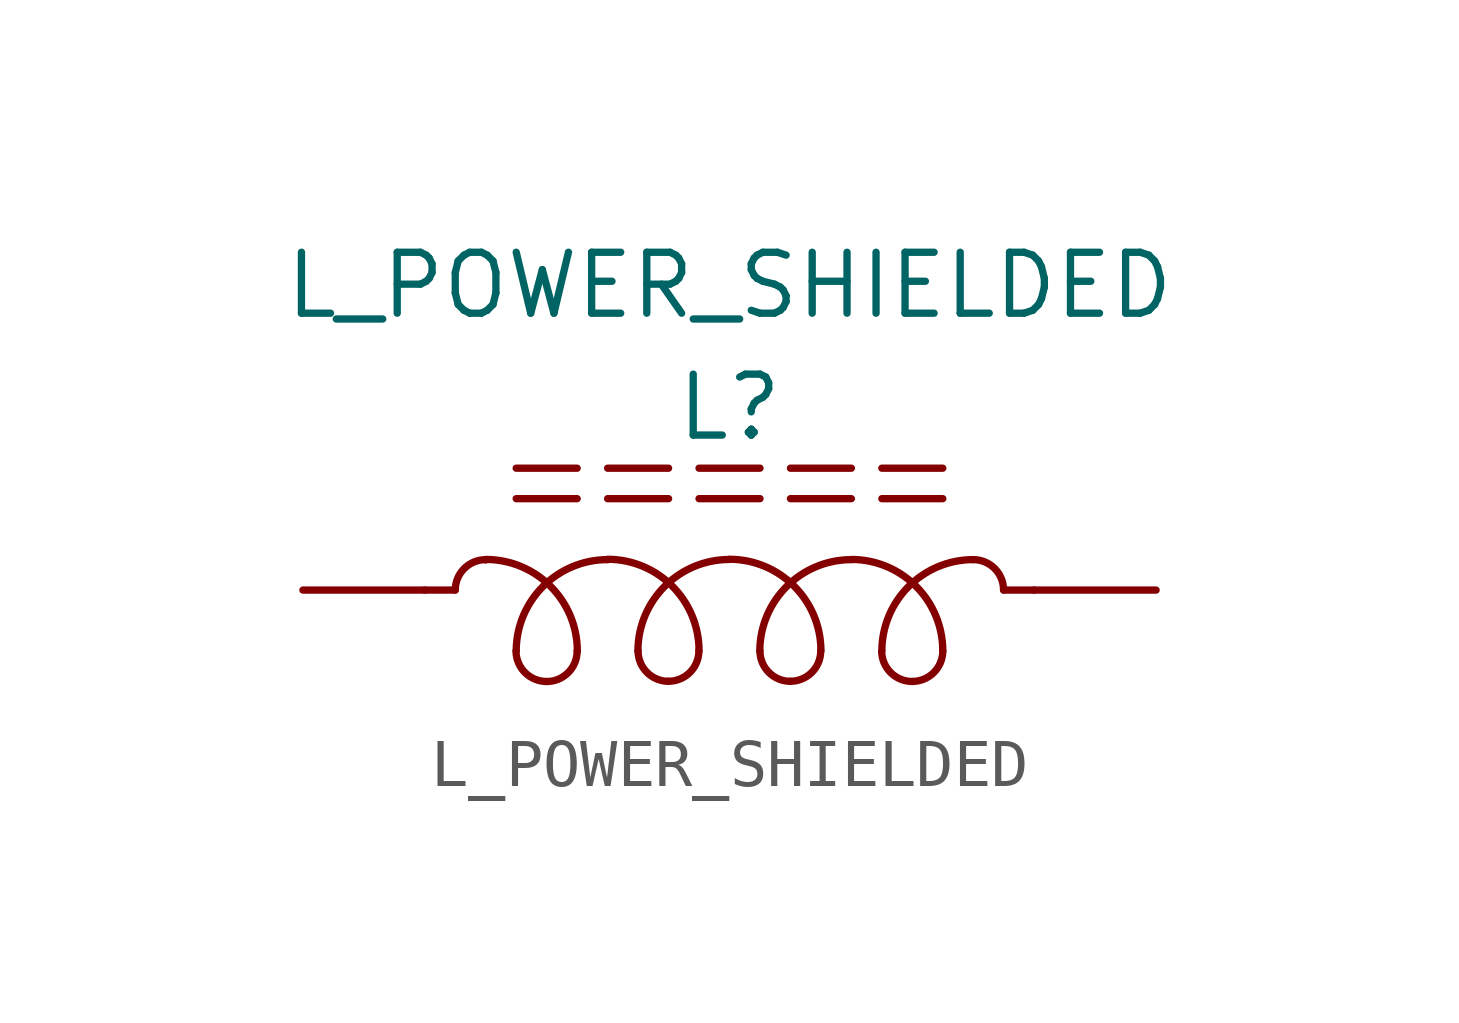
<source format=kicad_sym>
(kicad_symbol_lib
  (version 20211014)
  (generator kicad_symbol_editor)
  (symbol "L_POWER_SHIELDED"
    (property "Reference" "L"
      (at 0 3.81 0)
      (effects (font (size 1.27 1.27))))
    (property "Value" "L_POWER_SHIELDED"
      (at 0 6.35 0)
      (effects (font (size 1.27 1.27))))
    (symbol "L_POWER_SHIELDED_0_1"
      (arc (start -5.08 0.635) (mid -5.529 0.449) (end -5.715 0) (stroke (width 0) (type default) (color 0 0 0 0)) (fill (type none)))
      (arc (start -4.445 -1.27) (mid -4.259 -1.719) (end -3.81 -1.905) (stroke (width 0) (type default) (color 0 0 0 0)) (fill (type none)))
      (arc (start -3.81 -1.905) (mid -3.361 -1.719) (end -3.175 -1.27) (stroke (width 0) (type default) (color 0 0 0 0)) (fill (type none)))
      (arc (start -3.1714 -1.2664) (mid -3.7304 0.0796) (end -5.0764 0.6386) (stroke (width 0) (type default) (color 0 0 0 0)) (fill (type none)))
      (arc (start -2.54 0.635) (mid -3.886 0.076) (end -4.445 -1.27) (stroke (width 0) (type default) (color 0 0 0 0)) (fill (type none)))
      (arc (start -1.9086 -1.2664) (mid -1.7226 -1.7154) (end -1.2736 -1.9014) (stroke (width 0) (type default) (color 0 0 0 0)) (fill (type none)))
      (arc (start -1.2736 -1.9014) (mid -0.8246 -1.7154) (end -0.6386 -1.2664) (stroke (width 0) (type default) (color 0 0 0 0)) (fill (type none)))
      (arc (start -0.635 -1.2628) (mid -1.194 0.0832) (end -2.54 0.6422) (stroke (width 0) (type default) (color 0 0 0 0)) (fill (type none)))
      (arc (start -0.0036 0.6386) (mid -1.3496 0.0796) (end -1.9086 -1.2664) (stroke (width 0) (type default) (color 0 0 0 0)) (fill (type none)))
      (polyline (pts (xy -5.715 0) (xy -6.35 0)) (stroke (width 0) (type default) (color 0 0 0 0)) (fill (type none)))
      (polyline (pts (xy -5.076 0.631) (xy -5.076 0.631)) (stroke (width 0) (type default) (color 0 0 0 0)) (fill (type none)))
      (polyline (pts (xy -3.175 1.905) (xy -4.445 1.905)) (stroke (width 0) (type default) (color 0 0 0 0)) (fill (type none)))
      (polyline (pts (xy -3.175 2.54) (xy -4.445 2.54)) (stroke (width 0) (type default) (color 0 0 0 0)) (fill (type none)))
      (polyline (pts (xy -2.54 0.635) (xy -2.54 0.635)) (stroke (width 0) (type default) (color 0 0 0 0)) (fill (type none)))
      (polyline (pts (xy -1.27 1.905) (xy -2.54 1.905)) (stroke (width 0) (type default) (color 0 0 0 0)) (fill (type none)))
      (polyline (pts (xy -1.27 2.54) (xy -2.54 2.54)) (stroke (width 0) (type default) (color 0 0 0 0)) (fill (type none)))
      (polyline (pts (xy 0.635 1.905) (xy -0.635 1.905)) (stroke (width 0) (type default) (color 0 0 0 0)) (fill (type none)))
      (polyline (pts (xy 0.635 2.54) (xy -0.635 2.54)) (stroke (width 0) (type default) (color 0 0 0 0)) (fill (type none)))
      (polyline (pts (xy 1.27 1.905) (xy 2.54 1.905)) (stroke (width 0) (type default) (color 0 0 0 0)) (fill (type none)))
      (polyline (pts (xy 1.27 2.54) (xy 2.54 2.54)) (stroke (width 0) (type default) (color 0 0 0 0)) (fill (type none)))
      (polyline (pts (xy 3.175 1.905) (xy 4.445 1.905)) (stroke (width 0) (type default) (color 0 0 0 0)) (fill (type none)))
      (polyline (pts (xy 3.175 2.54) (xy 4.445 2.54)) (stroke (width 0) (type default) (color 0 0 0 0)) (fill (type none)))
      (polyline (pts (xy 5.715 0) (xy 6.35 0)) (stroke (width 0) (type default) (color 0 0 0 0)) (fill (type none)))
      (arc (start 0.6314 -1.2664) (mid 0.8174 -1.7154) (end 1.2664 -1.9014) (stroke (width 0) (type default) (color 0 0 0 0)) (fill (type none)))
      (arc (start 1.2664 -1.9014) (mid 1.7154 -1.7154) (end 1.9014 -1.2664) (stroke (width 0) (type default) (color 0 0 0 0)) (fill (type none)))
      (arc (start 1.905 -1.2628) (mid 1.346 0.0832) (end 0 0.6422) (stroke (width 0) (type default) (color 0 0 0 0)) (fill (type none)))
      (arc (start 2.54 0.635) (mid 1.1937 0.0778) (end 0.6314 -1.2664) (stroke (width 0) (type default) (color 0 0 0 0)) (fill (type none)))
      (arc (start 3.175 -1.27) (mid 3.361 -1.719) (end 3.81 -1.905) (stroke (width 0) (type default) (color 0 0 0 0)) (fill (type none)))
      (arc (start 3.81 -1.905) (mid 4.259 -1.719) (end 4.445 -1.27) (stroke (width 0) (type default) (color 0 0 0 0)) (fill (type none)))
      (arc (start 4.4486 -1.2664) (mid 3.8896 0.0796) (end 2.5436 0.6386) (stroke (width 0) (type default) (color 0 0 0 0)) (fill (type none)))
      (arc (start 5.08 0.635) (mid 3.734 0.076) (end 3.175 -1.27) (stroke (width 0) (type default) (color 0 0 0 0)) (fill (type none)))
      (arc (start 5.715 0) (mid 5.529 0.449) (end 5.08 0.635) (stroke (width 0) (type default) (color 0 0 0 0)) (fill (type none))))
    (symbol "L_POWER_SHIELDED_1_1"
      (pin passive line (at -8.89 0 0) (length 2.54) (name "" (effects (font (size 1.27 1.27)))) (number "" (effects (font (size 1.27 1.27)))))
      (pin passive line (at 8.89 0 180) (length 2.54) (name "" (effects (font (size 1.27 1.27)))) (number "" (effects (font (size 1.27 1.27))))))))
</source>
